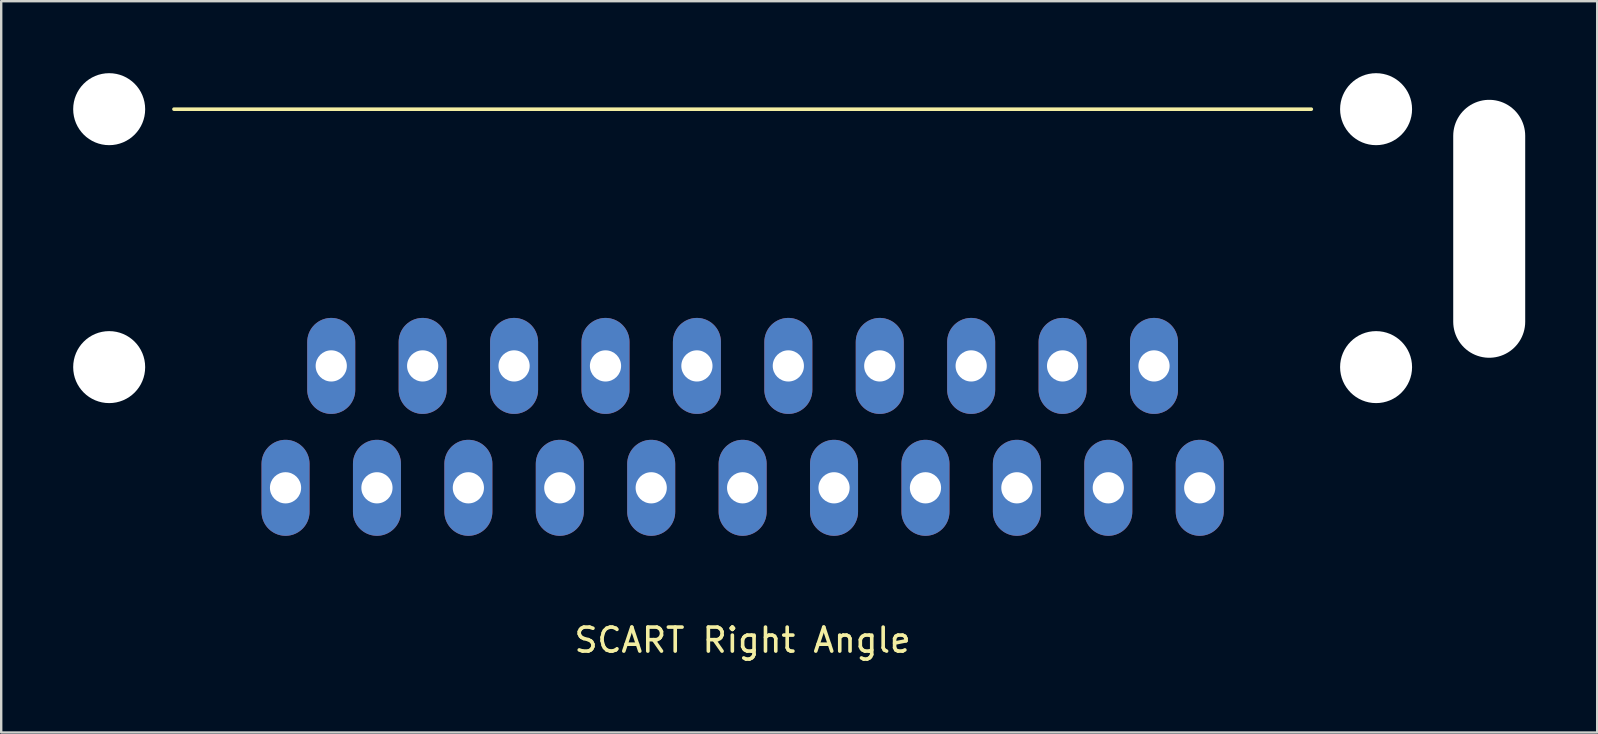
<source format=kicad_pcb>
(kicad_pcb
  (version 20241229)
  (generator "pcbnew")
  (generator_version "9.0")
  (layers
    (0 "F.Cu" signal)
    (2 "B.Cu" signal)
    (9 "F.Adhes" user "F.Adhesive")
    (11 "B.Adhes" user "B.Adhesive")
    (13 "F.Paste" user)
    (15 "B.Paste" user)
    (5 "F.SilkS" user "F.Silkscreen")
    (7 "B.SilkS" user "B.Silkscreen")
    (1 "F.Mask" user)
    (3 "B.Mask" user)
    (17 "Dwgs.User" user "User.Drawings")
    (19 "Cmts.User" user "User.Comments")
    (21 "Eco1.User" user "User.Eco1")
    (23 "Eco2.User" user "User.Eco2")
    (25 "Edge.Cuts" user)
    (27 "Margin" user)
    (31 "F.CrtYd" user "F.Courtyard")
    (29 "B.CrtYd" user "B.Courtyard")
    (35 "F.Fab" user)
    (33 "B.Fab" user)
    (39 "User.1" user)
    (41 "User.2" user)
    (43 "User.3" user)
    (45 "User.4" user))
  (footprint "SCART Right Angle"
    (layer "F.Cu")
    (at 27.9 12.2)
    (property "Reference" "SCART Right Angle" (at 0 11.43 0) (layer "F.SilkS") (effects (font (size 1 1) (thickness 0.15))))
    (attr through_hole)
    (fp_line (start -23.7 -10.7) (end 23.7 -10.7) (stroke (width 0.15) (type solid)) (layer "F.SilkS"))
    (pad "" np_thru_hole circle (at -26.4 -10.7) (size 3 3) (drill 3) (layers "*.Cu" "*.Mask"))
    (pad "" np_thru_hole circle (at -26.4 0.05) (size 3 3) (drill 3) (layers "*.Cu" "*.Mask"))
    (pad "" np_thru_hole circle (at 26.4 -10.7) (size 3 3) (drill 3) (layers "*.Cu" "*.Mask"))
    (pad "" np_thru_hole circle (at 26.4 0.05) (size 3 3) (drill 3) (layers "*.Cu" "*.Mask"))
    (pad "" np_thru_hole oval (at 31.115 -5.715) (size 3 10.75) (drill oval 3 10.75) (layers "*.Cu" "*.Mask"))
    (pad "1" thru_hole oval (at -19.05 5.08) (size 2 4) (drill 1.3) (layers "*.Cu" "*.Mask"))
    (pad "2" thru_hole oval (at -17.145 0) (size 2 4) (drill 1.3) (layers "*.Cu" "*.Mask"))
    (pad "3" thru_hole oval (at -15.24 5.08) (size 2 4) (drill 1.3) (layers "*.Cu" "*.Mask"))
    (pad "4" thru_hole oval (at -13.335 0) (size 2 4) (drill 1.3) (layers "*.Cu" "*.Mask"))
    (pad "5" thru_hole oval (at -11.43 5.08) (size 2 4) (drill 1.3) (layers "*.Cu" "*.Mask"))
    (pad "6" thru_hole oval (at -9.525 0) (size 2 4) (drill 1.3) (layers "*.Cu" "*.Mask"))
    (pad "7" thru_hole oval (at -7.62 5.08) (size 2 4) (drill 1.3) (layers "*.Cu" "*.Mask"))
    (pad "8" thru_hole oval (at -5.715 0) (size 2 4) (drill 1.3) (layers "*.Cu" "*.Mask"))
    (pad "9" thru_hole oval (at -3.81 5.08) (size 2 4) (drill 1.3) (layers "*.Cu" "*.Mask"))
    (pad "10" thru_hole oval (at -1.905 0) (size 2 4) (drill 1.3) (layers "*.Cu" "*.Mask"))
    (pad "11" thru_hole oval (at 0 5.08) (size 2 4) (drill 1.3) (layers "*.Cu" "*.Mask"))
    (pad "12" thru_hole oval (at 1.905 0) (size 2 4) (drill 1.3) (layers "*.Cu" "*.Mask"))
    (pad "13" thru_hole oval (at 3.81 5.08) (size 2 4) (drill 1.3) (layers "*.Cu" "*.Mask"))
    (pad "14" thru_hole oval (at 5.715 0) (size 2 4) (drill 1.3) (layers "*.Cu" "*.Mask"))
    (pad "15" thru_hole oval (at 7.62 5.08) (size 2 4) (drill 1.3) (layers "*.Cu" "*.Mask"))
    (pad "16" thru_hole oval (at 9.525 0) (size 2 4) (drill 1.3) (layers "*.Cu" "*.Mask"))
    (pad "17" thru_hole oval (at 11.43 5.08) (size 2 4) (drill 1.3) (layers "*.Cu" "*.Mask"))
    (pad "18" thru_hole oval (at 13.335 0) (size 2 4) (drill 1.3) (layers "*.Cu" "*.Mask"))
    (pad "19" thru_hole oval (at 15.24 5.08) (size 2 4) (drill 1.3) (layers "*.Cu" "*.Mask"))
    (pad "20" thru_hole oval (at 17.145 0) (size 2 4) (drill 1.3) (layers "*.Cu" "*.Mask"))
    (pad "21" thru_hole oval (at 19.05 5.08) (size 2 4) (drill 1.3) (layers "*.Cu" "*.Mask")))
  (gr_rect
    (start -3 -3)
    (end 63.515 27.478)
    (stroke (width 0.1) (type default))
    (fill no)
    (layer "Edge.Cuts")))
</source>
